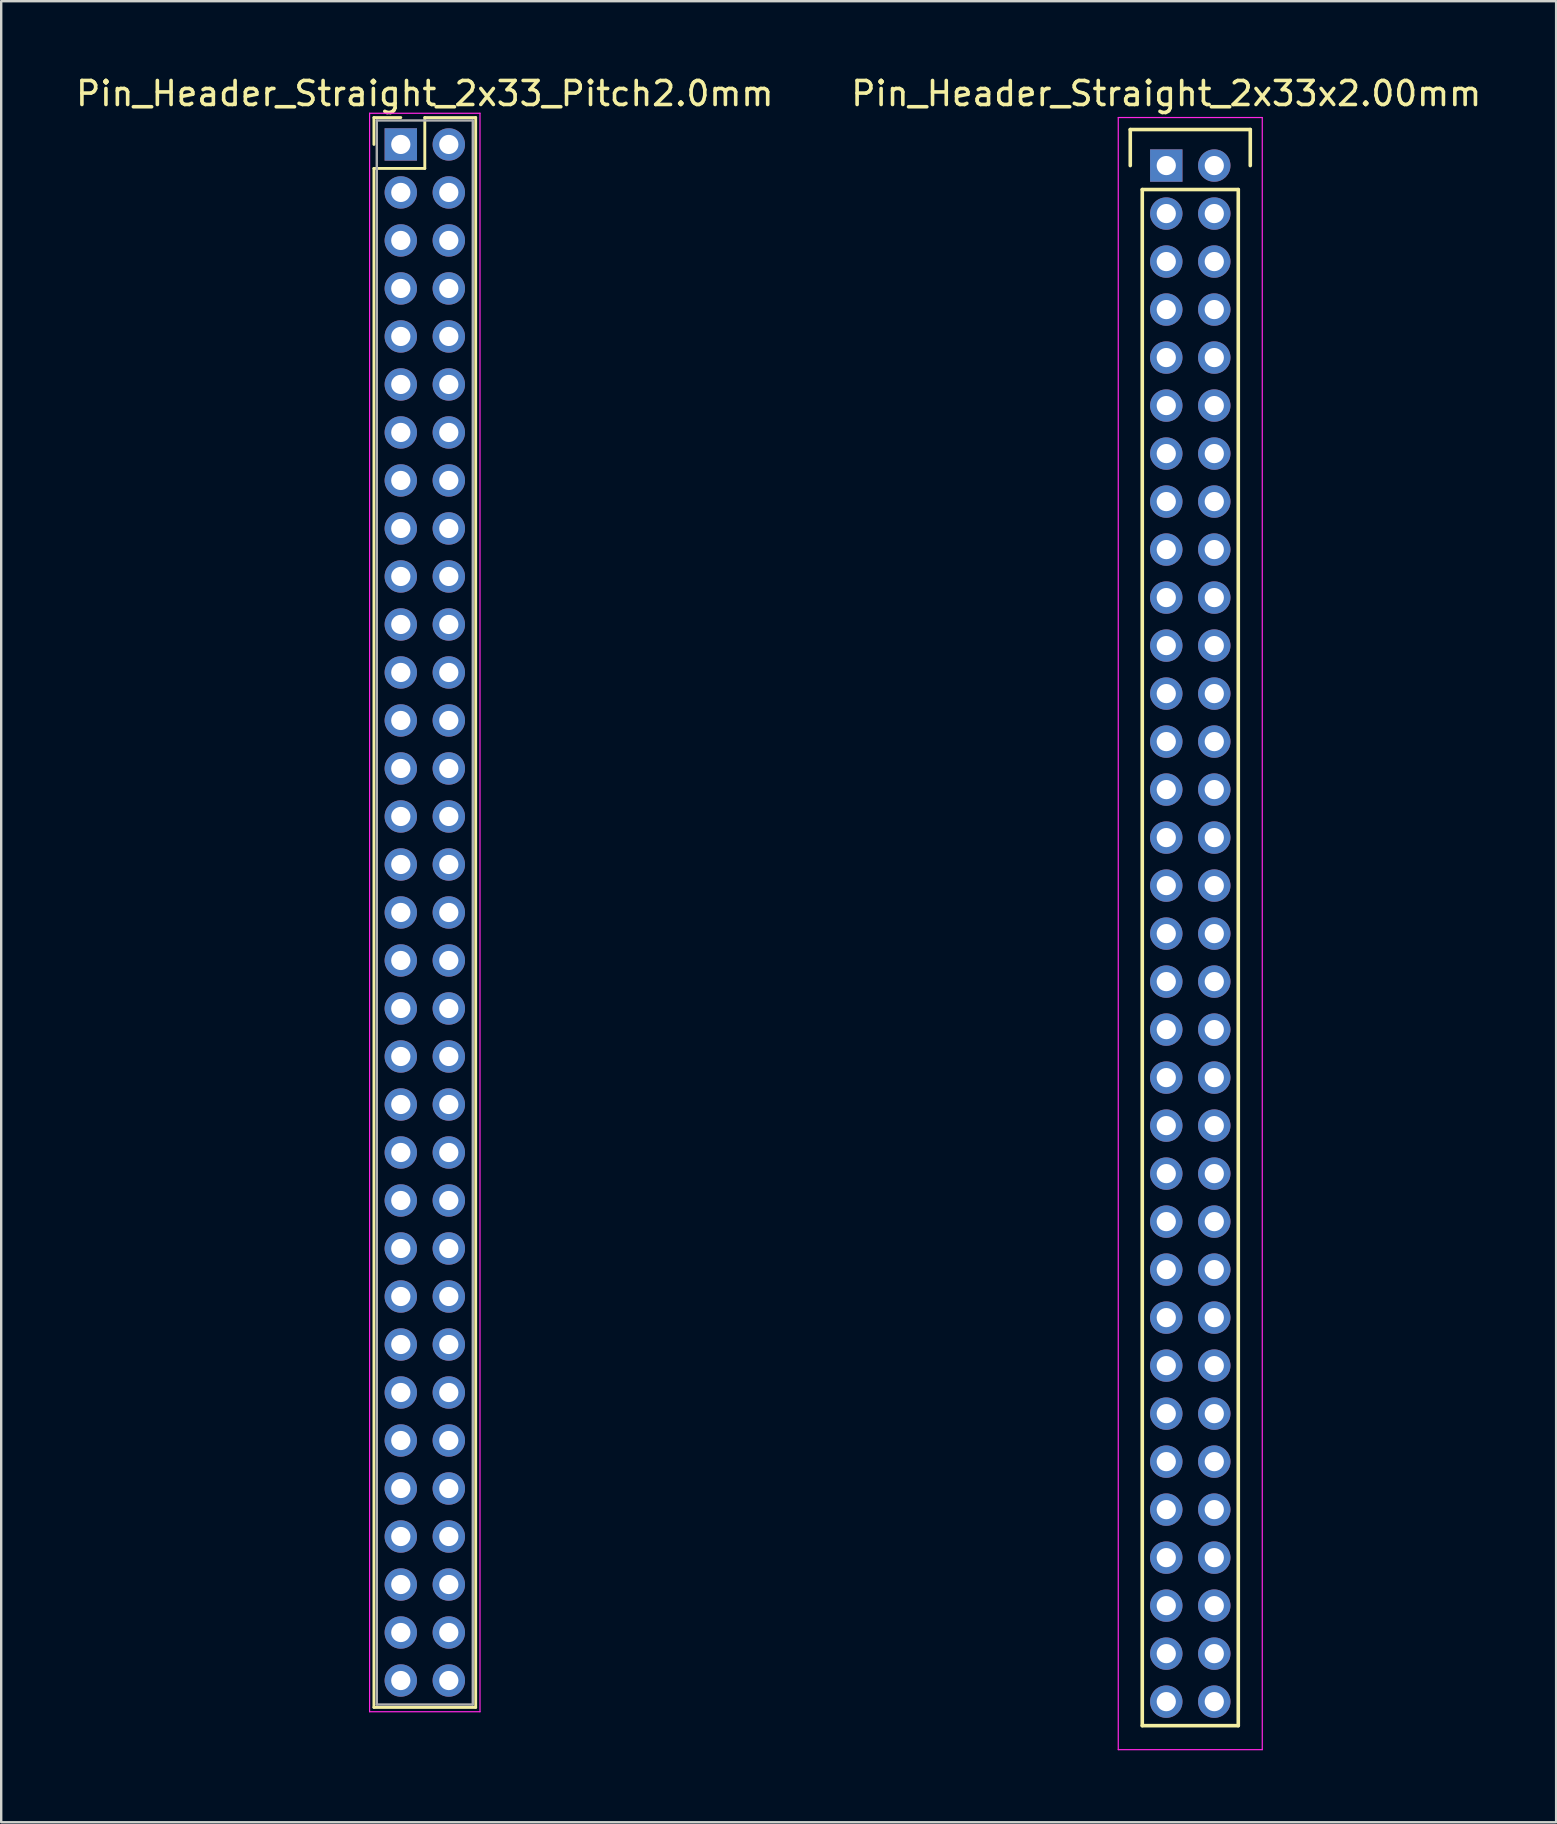
<source format=kicad_pcb>
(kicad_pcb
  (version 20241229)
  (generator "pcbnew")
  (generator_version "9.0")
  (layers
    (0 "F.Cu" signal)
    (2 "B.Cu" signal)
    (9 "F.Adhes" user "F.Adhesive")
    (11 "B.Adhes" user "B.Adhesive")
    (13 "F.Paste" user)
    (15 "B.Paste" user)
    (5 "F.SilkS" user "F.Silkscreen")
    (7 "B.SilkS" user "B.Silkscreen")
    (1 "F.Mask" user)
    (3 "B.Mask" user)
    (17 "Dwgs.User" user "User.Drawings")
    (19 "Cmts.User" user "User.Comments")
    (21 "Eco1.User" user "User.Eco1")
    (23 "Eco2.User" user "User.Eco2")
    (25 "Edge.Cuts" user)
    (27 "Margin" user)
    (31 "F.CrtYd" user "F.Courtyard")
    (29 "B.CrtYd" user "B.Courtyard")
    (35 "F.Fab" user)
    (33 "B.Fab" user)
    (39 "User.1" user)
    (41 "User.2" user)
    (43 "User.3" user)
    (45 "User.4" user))
  (footprint "Pin_Header_Straight_2x33x2.00mm"
    (layer "F.Cu")
    (at 45.542 3.848)
    (property "Reference" "Pin_Header_Straight_2x33x2.00mm" (at 0 -3 0) (layer "F.SilkS") (effects (font (size 1 1) (thickness 0.15))))
    (attr through_hole)
    (fp_line (start -1.5 -1.5) (end 3.5 -1.5) (stroke (width 0.15) (type solid)) (layer "F.SilkS"))
    (fp_line (start -1.5 0) (end -1.5 -1.5) (stroke (width 0.15) (type solid)) (layer "F.SilkS"))
    (fp_line (start -1 1) (end 3 1) (stroke (width 0.15) (type solid)) (layer "F.SilkS"))
    (fp_line (start -1 65) (end -1 1) (stroke (width 0.15) (type solid)) (layer "F.SilkS"))
    (fp_line (start 3 1) (end 3 65) (stroke (width 0.15) (type solid)) (layer "F.SilkS"))
    (fp_line (start 3 65) (end -1 65) (stroke (width 0.15) (type solid)) (layer "F.SilkS"))
    (fp_line (start 3.5 -1.5) (end 3.5 0) (stroke (width 0.15) (type solid)) (layer "F.SilkS"))
    (fp_line (start -2 -2) (end 4 -2) (stroke (width 0.05) (type solid)) (layer "F.CrtYd"))
    (fp_line (start -2 66) (end -2 -2) (stroke (width 0.05) (type solid)) (layer "F.CrtYd"))
    (fp_line (start 4 -2) (end 4 66) (stroke (width 0.05) (type solid)) (layer "F.CrtYd"))
    (fp_line (start 4 66) (end -2 66) (stroke (width 0.05) (type solid)) (layer "F.CrtYd"))
    (pad "1" thru_hole rect (at 0 0) (size 1.35 1.35) (drill 0.8) (layers "*.Cu" "*.Mask"))
    (pad "2" thru_hole circle (at 2 0) (size 1.35 1.35) (drill 0.8) (layers "*.Cu" "*.Mask"))
    (pad "3" thru_hole circle (at 0 2) (size 1.35 1.35) (drill 0.8) (layers "*.Cu" "*.Mask"))
    (pad "4" thru_hole circle (at 2 2) (size 1.35 1.35) (drill 0.8) (layers "*.Cu" "*.Mask"))
    (pad "5" thru_hole circle (at 0 4) (size 1.35 1.35) (drill 0.8) (layers "*.Cu" "*.Mask"))
    (pad "6" thru_hole circle (at 2 4) (size 1.35 1.35) (drill 0.8) (layers "*.Cu" "*.Mask"))
    (pad "7" thru_hole circle (at 0 6) (size 1.35 1.35) (drill 0.8) (layers "*.Cu" "*.Mask"))
    (pad "8" thru_hole circle (at 2 6) (size 1.35 1.35) (drill 0.8) (layers "*.Cu" "*.Mask"))
    (pad "9" thru_hole circle (at 0 8) (size 1.35 1.35) (drill 0.8) (layers "*.Cu" "*.Mask"))
    (pad "10" thru_hole circle (at 2 8) (size 1.35 1.35) (drill 0.8) (layers "*.Cu" "*.Mask"))
    (pad "11" thru_hole circle (at 0 10) (size 1.35 1.35) (drill 0.8) (layers "*.Cu" "*.Mask"))
    (pad "12" thru_hole circle (at 2 10) (size 1.35 1.35) (drill 0.8) (layers "*.Cu" "*.Mask"))
    (pad "13" thru_hole circle (at 0 12) (size 1.35 1.35) (drill 0.8) (layers "*.Cu" "*.Mask"))
    (pad "14" thru_hole circle (at 2 12) (size 1.35 1.35) (drill 0.8) (layers "*.Cu" "*.Mask"))
    (pad "15" thru_hole circle (at 0 14) (size 1.35 1.35) (drill 0.8) (layers "*.Cu" "*.Mask"))
    (pad "16" thru_hole circle (at 2 14) (size 1.35 1.35) (drill 0.8) (layers "*.Cu" "*.Mask"))
    (pad "17" thru_hole circle (at 0 16) (size 1.35 1.35) (drill 0.8) (layers "*.Cu" "*.Mask"))
    (pad "18" thru_hole circle (at 2 16) (size 1.35 1.35) (drill 0.8) (layers "*.Cu" "*.Mask"))
    (pad "19" thru_hole circle (at 0 18) (size 1.35 1.35) (drill 0.8) (layers "*.Cu" "*.Mask"))
    (pad "20" thru_hole circle (at 2 18) (size 1.35 1.35) (drill 0.8) (layers "*.Cu" "*.Mask"))
    (pad "21" thru_hole circle (at 0 20) (size 1.35 1.35) (drill 0.8) (layers "*.Cu" "*.Mask"))
    (pad "22" thru_hole circle (at 2 20) (size 1.35 1.35) (drill 0.8) (layers "*.Cu" "*.Mask"))
    (pad "23" thru_hole circle (at 0 22) (size 1.35 1.35) (drill 0.8) (layers "*.Cu" "*.Mask"))
    (pad "24" thru_hole circle (at 2 22) (size 1.35 1.35) (drill 0.8) (layers "*.Cu" "*.Mask"))
    (pad "25" thru_hole circle (at 0 24) (size 1.35 1.35) (drill 0.8) (layers "*.Cu" "*.Mask"))
    (pad "26" thru_hole circle (at 2 24) (size 1.35 1.35) (drill 0.8) (layers "*.Cu" "*.Mask"))
    (pad "27" thru_hole circle (at 0 26) (size 1.35 1.35) (drill 0.8) (layers "*.Cu" "*.Mask"))
    (pad "28" thru_hole circle (at 2 26) (size 1.35 1.35) (drill 0.8) (layers "*.Cu" "*.Mask"))
    (pad "29" thru_hole circle (at 0 28) (size 1.35 1.35) (drill 0.8) (layers "*.Cu" "*.Mask"))
    (pad "30" thru_hole circle (at 2 28) (size 1.35 1.35) (drill 0.8) (layers "*.Cu" "*.Mask"))
    (pad "31" thru_hole circle (at 0 30) (size 1.35 1.35) (drill 0.8) (layers "*.Cu" "*.Mask"))
    (pad "32" thru_hole circle (at 2 30) (size 1.35 1.35) (drill 0.8) (layers "*.Cu" "*.Mask"))
    (pad "33" thru_hole circle (at 0 32) (size 1.35 1.35) (drill 0.8) (layers "*.Cu" "*.Mask"))
    (pad "34" thru_hole circle (at 2 32) (size 1.35 1.35) (drill 0.8) (layers "*.Cu" "*.Mask"))
    (pad "35" thru_hole circle (at 0 34) (size 1.35 1.35) (drill 0.8) (layers "*.Cu" "*.Mask"))
    (pad "36" thru_hole circle (at 2 34) (size 1.35 1.35) (drill 0.8) (layers "*.Cu" "*.Mask"))
    (pad "37" thru_hole circle (at 0 36) (size 1.35 1.35) (drill 0.8) (layers "*.Cu" "*.Mask"))
    (pad "38" thru_hole circle (at 2 36) (size 1.35 1.35) (drill 0.8) (layers "*.Cu" "*.Mask"))
    (pad "39" thru_hole circle (at 0 38) (size 1.35 1.35) (drill 0.8) (layers "*.Cu" "*.Mask"))
    (pad "40" thru_hole circle (at 2 38) (size 1.35 1.35) (drill 0.8) (layers "*.Cu" "*.Mask"))
    (pad "41" thru_hole circle (at 0 40) (size 1.35 1.35) (drill 0.8) (layers "*.Cu" "*.Mask"))
    (pad "42" thru_hole circle (at 2 40) (size 1.35 1.35) (drill 0.8) (layers "*.Cu" "*.Mask"))
    (pad "43" thru_hole circle (at 0 42) (size 1.35 1.35) (drill 0.8) (layers "*.Cu" "*.Mask"))
    (pad "44" thru_hole circle (at 2 42) (size 1.35 1.35) (drill 0.8) (layers "*.Cu" "*.Mask"))
    (pad "45" thru_hole circle (at 0 44) (size 1.35 1.35) (drill 0.8) (layers "*.Cu" "*.Mask"))
    (pad "46" thru_hole circle (at 2 44) (size 1.35 1.35) (drill 0.8) (layers "*.Cu" "*.Mask"))
    (pad "47" thru_hole circle (at 0 46) (size 1.35 1.35) (drill 0.8) (layers "*.Cu" "*.Mask"))
    (pad "48" thru_hole circle (at 2 46) (size 1.35 1.35) (drill 0.8) (layers "*.Cu" "*.Mask"))
    (pad "49" thru_hole circle (at 0 48) (size 1.35 1.35) (drill 0.8) (layers "*.Cu" "*.Mask"))
    (pad "50" thru_hole circle (at 2 48) (size 1.35 1.35) (drill 0.8) (layers "*.Cu" "*.Mask"))
    (pad "51" thru_hole circle (at 0 50) (size 1.35 1.35) (drill 0.8) (layers "*.Cu" "*.Mask"))
    (pad "52" thru_hole circle (at 2 50) (size 1.35 1.35) (drill 0.8) (layers "*.Cu" "*.Mask"))
    (pad "53" thru_hole circle (at 0 52) (size 1.35 1.35) (drill 0.8) (layers "*.Cu" "*.Mask"))
    (pad "54" thru_hole circle (at 2 52) (size 1.35 1.35) (drill 0.8) (layers "*.Cu" "*.Mask"))
    (pad "55" thru_hole circle (at 0 54) (size 1.35 1.35) (drill 0.8) (layers "*.Cu" "*.Mask"))
    (pad "56" thru_hole circle (at 2 54) (size 1.35 1.35) (drill 0.8) (layers "*.Cu" "*.Mask"))
    (pad "57" thru_hole circle (at 0 56) (size 1.35 1.35) (drill 0.8) (layers "*.Cu" "*.Mask"))
    (pad "58" thru_hole circle (at 2 56) (size 1.35 1.35) (drill 0.8) (layers "*.Cu" "*.Mask"))
    (pad "59" thru_hole circle (at 0 58) (size 1.35 1.35) (drill 0.8) (layers "*.Cu" "*.Mask"))
    (pad "60" thru_hole circle (at 2 58) (size 1.35 1.35) (drill 0.8) (layers "*.Cu" "*.Mask"))
    (pad "61" thru_hole circle (at 0 60) (size 1.35 1.35) (drill 0.8) (layers "*.Cu" "*.Mask"))
    (pad "62" thru_hole circle (at 2 60) (size 1.35 1.35) (drill 0.8) (layers "*.Cu" "*.Mask"))
    (pad "63" thru_hole circle (at 0 62) (size 1.35 1.35) (drill 0.8) (layers "*.Cu" "*.Mask"))
    (pad "64" thru_hole circle (at 2 62) (size 1.35 1.35) (drill 0.8) (layers "*.Cu" "*.Mask"))
    (pad "65" thru_hole circle (at 0 64) (size 1.35 1.35) (drill 0.8) (layers "*.Cu" "*.Mask"))
    (pad "66" thru_hole circle (at 2 64) (size 1.35 1.35) (drill 0.8) (layers "*.Cu" "*.Mask")))
  (footprint "Pin_Header_Straight_2x33_Pitch2.0mm"
    (layer "F.Cu")
    (at 13.649 2.968)
    (property "Reference" "Pin_Header_Straight_2x33_Pitch2.0mm" (at 1 -2.12 0) (layer "F.SilkS") (effects (font (size 1 1) (thickness 0.15))))
    (attr through_hole)
    (fp_line (start -1.12 -1.12) (end 0 -1.12) (stroke (width 0.12) (type solid)) (layer "F.SilkS"))
    (fp_line (start -1.12 0) (end -1.12 -1.12) (stroke (width 0.12) (type solid)) (layer "F.SilkS"))
    (fp_line (start -1.12 1) (end -1.12 65.12) (stroke (width 0.12) (type solid)) (layer "F.SilkS"))
    (fp_line (start -1.12 65.12) (end 3.12 65.12) (stroke (width 0.12) (type solid)) (layer "F.SilkS"))
    (fp_line (start 1 -1.12) (end 1 1) (stroke (width 0.12) (type solid)) (layer "F.SilkS"))
    (fp_line (start 1 1) (end -1.12 1) (stroke (width 0.12) (type solid)) (layer "F.SilkS"))
    (fp_line (start 3.12 -1.12) (end 1 -1.12) (stroke (width 0.12) (type solid)) (layer "F.SilkS"))
    (fp_line (start 3.12 65.12) (end 3.12 -1.12) (stroke (width 0.12) (type solid)) (layer "F.SilkS"))
    (fp_line (start -1.3 -1.3) (end -1.3 65.3) (stroke (width 0.05) (type solid)) (layer "F.CrtYd"))
    (fp_line (start -1.3 65.3) (end 3.3 65.3) (stroke (width 0.05) (type solid)) (layer "F.CrtYd"))
    (fp_line (start 3.3 -1.3) (end -1.3 -1.3) (stroke (width 0.05) (type solid)) (layer "F.CrtYd"))
    (fp_line (start 3.3 65.3) (end 3.3 -1.3) (stroke (width 0.05) (type solid)) (layer "F.CrtYd"))
    (fp_line (start -1 -1) (end -1 65) (stroke (width 0.1) (type solid)) (layer "F.Fab"))
    (fp_line (start -1 65) (end 3 65) (stroke (width 0.1) (type solid)) (layer "F.Fab"))
    (fp_line (start 3 -1) (end -1 -1) (stroke (width 0.1) (type solid)) (layer "F.Fab"))
    (fp_line (start 3 65) (end 3 -1) (stroke (width 0.1) (type solid)) (layer "F.Fab"))
    (pad "1" thru_hole rect (at 0 0) (size 1.35 1.35) (drill 0.8) (layers "*.Cu" "*.Mask"))
    (pad "2" thru_hole oval (at 2 0) (size 1.35 1.35) (drill 0.8) (layers "*.Cu" "*.Mask"))
    (pad "3" thru_hole oval (at 0 2) (size 1.35 1.35) (drill 0.8) (layers "*.Cu" "*.Mask"))
    (pad "4" thru_hole oval (at 2 2) (size 1.35 1.35) (drill 0.8) (layers "*.Cu" "*.Mask"))
    (pad "5" thru_hole oval (at 0 4) (size 1.35 1.35) (drill 0.8) (layers "*.Cu" "*.Mask"))
    (pad "6" thru_hole oval (at 2 4) (size 1.35 1.35) (drill 0.8) (layers "*.Cu" "*.Mask"))
    (pad "7" thru_hole oval (at 0 6) (size 1.35 1.35) (drill 0.8) (layers "*.Cu" "*.Mask"))
    (pad "8" thru_hole oval (at 2 6) (size 1.35 1.35) (drill 0.8) (layers "*.Cu" "*.Mask"))
    (pad "9" thru_hole oval (at 0 8) (size 1.35 1.35) (drill 0.8) (layers "*.Cu" "*.Mask"))
    (pad "10" thru_hole oval (at 2 8) (size 1.35 1.35) (drill 0.8) (layers "*.Cu" "*.Mask"))
    (pad "11" thru_hole oval (at 0 10) (size 1.35 1.35) (drill 0.8) (layers "*.Cu" "*.Mask"))
    (pad "12" thru_hole oval (at 2 10) (size 1.35 1.35) (drill 0.8) (layers "*.Cu" "*.Mask"))
    (pad "13" thru_hole oval (at 0 12) (size 1.35 1.35) (drill 0.8) (layers "*.Cu" "*.Mask"))
    (pad "14" thru_hole oval (at 2 12) (size 1.35 1.35) (drill 0.8) (layers "*.Cu" "*.Mask"))
    (pad "15" thru_hole oval (at 0 14) (size 1.35 1.35) (drill 0.8) (layers "*.Cu" "*.Mask"))
    (pad "16" thru_hole oval (at 2 14) (size 1.35 1.35) (drill 0.8) (layers "*.Cu" "*.Mask"))
    (pad "17" thru_hole oval (at 0 16) (size 1.35 1.35) (drill 0.8) (layers "*.Cu" "*.Mask"))
    (pad "18" thru_hole oval (at 2 16) (size 1.35 1.35) (drill 0.8) (layers "*.Cu" "*.Mask"))
    (pad "19" thru_hole oval (at 0 18) (size 1.35 1.35) (drill 0.8) (layers "*.Cu" "*.Mask"))
    (pad "20" thru_hole oval (at 2 18) (size 1.35 1.35) (drill 0.8) (layers "*.Cu" "*.Mask"))
    (pad "21" thru_hole oval (at 0 20) (size 1.35 1.35) (drill 0.8) (layers "*.Cu" "*.Mask"))
    (pad "22" thru_hole oval (at 2 20) (size 1.35 1.35) (drill 0.8) (layers "*.Cu" "*.Mask"))
    (pad "23" thru_hole oval (at 0 22) (size 1.35 1.35) (drill 0.8) (layers "*.Cu" "*.Mask"))
    (pad "24" thru_hole oval (at 2 22) (size 1.35 1.35) (drill 0.8) (layers "*.Cu" "*.Mask"))
    (pad "25" thru_hole oval (at 0 24) (size 1.35 1.35) (drill 0.8) (layers "*.Cu" "*.Mask"))
    (pad "26" thru_hole oval (at 2 24) (size 1.35 1.35) (drill 0.8) (layers "*.Cu" "*.Mask"))
    (pad "27" thru_hole oval (at 0 26) (size 1.35 1.35) (drill 0.8) (layers "*.Cu" "*.Mask"))
    (pad "28" thru_hole oval (at 2 26) (size 1.35 1.35) (drill 0.8) (layers "*.Cu" "*.Mask"))
    (pad "29" thru_hole oval (at 0 28) (size 1.35 1.35) (drill 0.8) (layers "*.Cu" "*.Mask"))
    (pad "30" thru_hole oval (at 2 28) (size 1.35 1.35) (drill 0.8) (layers "*.Cu" "*.Mask"))
    (pad "31" thru_hole oval (at 0 30) (size 1.35 1.35) (drill 0.8) (layers "*.Cu" "*.Mask"))
    (pad "32" thru_hole oval (at 2 30) (size 1.35 1.35) (drill 0.8) (layers "*.Cu" "*.Mask"))
    (pad "33" thru_hole oval (at 0 32) (size 1.35 1.35) (drill 0.8) (layers "*.Cu" "*.Mask"))
    (pad "34" thru_hole oval (at 2 32) (size 1.35 1.35) (drill 0.8) (layers "*.Cu" "*.Mask"))
    (pad "35" thru_hole oval (at 0 34) (size 1.35 1.35) (drill 0.8) (layers "*.Cu" "*.Mask"))
    (pad "36" thru_hole oval (at 2 34) (size 1.35 1.35) (drill 0.8) (layers "*.Cu" "*.Mask"))
    (pad "37" thru_hole oval (at 0 36) (size 1.35 1.35) (drill 0.8) (layers "*.Cu" "*.Mask"))
    (pad "38" thru_hole oval (at 2 36) (size 1.35 1.35) (drill 0.8) (layers "*.Cu" "*.Mask"))
    (pad "39" thru_hole oval (at 0 38) (size 1.35 1.35) (drill 0.8) (layers "*.Cu" "*.Mask"))
    (pad "40" thru_hole oval (at 2 38) (size 1.35 1.35) (drill 0.8) (layers "*.Cu" "*.Mask"))
    (pad "41" thru_hole oval (at 0 40) (size 1.35 1.35) (drill 0.8) (layers "*.Cu" "*.Mask"))
    (pad "42" thru_hole oval (at 2 40) (size 1.35 1.35) (drill 0.8) (layers "*.Cu" "*.Mask"))
    (pad "43" thru_hole oval (at 0 42) (size 1.35 1.35) (drill 0.8) (layers "*.Cu" "*.Mask"))
    (pad "44" thru_hole oval (at 2 42) (size 1.35 1.35) (drill 0.8) (layers "*.Cu" "*.Mask"))
    (pad "45" thru_hole oval (at 0 44) (size 1.35 1.35) (drill 0.8) (layers "*.Cu" "*.Mask"))
    (pad "46" thru_hole oval (at 2 44) (size 1.35 1.35) (drill 0.8) (layers "*.Cu" "*.Mask"))
    (pad "47" thru_hole oval (at 0 46) (size 1.35 1.35) (drill 0.8) (layers "*.Cu" "*.Mask"))
    (pad "48" thru_hole oval (at 2 46) (size 1.35 1.35) (drill 0.8) (layers "*.Cu" "*.Mask"))
    (pad "49" thru_hole oval (at 0 48) (size 1.35 1.35) (drill 0.8) (layers "*.Cu" "*.Mask"))
    (pad "50" thru_hole oval (at 2 48) (size 1.35 1.35) (drill 0.8) (layers "*.Cu" "*.Mask"))
    (pad "51" thru_hole oval (at 0 50) (size 1.35 1.35) (drill 0.8) (layers "*.Cu" "*.Mask"))
    (pad "52" thru_hole oval (at 2 50) (size 1.35 1.35) (drill 0.8) (layers "*.Cu" "*.Mask"))
    (pad "53" thru_hole oval (at 0 52) (size 1.35 1.35) (drill 0.8) (layers "*.Cu" "*.Mask"))
    (pad "54" thru_hole oval (at 2 52) (size 1.35 1.35) (drill 0.8) (layers "*.Cu" "*.Mask"))
    (pad "55" thru_hole oval (at 0 54) (size 1.35 1.35) (drill 0.8) (layers "*.Cu" "*.Mask"))
    (pad "56" thru_hole oval (at 2 54) (size 1.35 1.35) (drill 0.8) (layers "*.Cu" "*.Mask"))
    (pad "57" thru_hole oval (at 0 56) (size 1.35 1.35) (drill 0.8) (layers "*.Cu" "*.Mask"))
    (pad "58" thru_hole oval (at 2 56) (size 1.35 1.35) (drill 0.8) (layers "*.Cu" "*.Mask"))
    (pad "59" thru_hole oval (at 0 58) (size 1.35 1.35) (drill 0.8) (layers "*.Cu" "*.Mask"))
    (pad "60" thru_hole oval (at 2 58) (size 1.35 1.35) (drill 0.8) (layers "*.Cu" "*.Mask"))
    (pad "61" thru_hole oval (at 0 60) (size 1.35 1.35) (drill 0.8) (layers "*.Cu" "*.Mask"))
    (pad "62" thru_hole oval (at 2 60) (size 1.35 1.35) (drill 0.8) (layers "*.Cu" "*.Mask"))
    (pad "63" thru_hole oval (at 0 62) (size 1.35 1.35) (drill 0.8) (layers "*.Cu" "*.Mask"))
    (pad "64" thru_hole oval (at 2 62) (size 1.35 1.35) (drill 0.8) (layers "*.Cu" "*.Mask"))
    (pad "65" thru_hole oval (at 0 64) (size 1.35 1.35) (drill 0.8) (layers "*.Cu" "*.Mask"))
    (pad "66" thru_hole oval (at 2 64) (size 1.35 1.35) (drill 0.8) (layers "*.Cu" "*.Mask")))
  (gr_rect
    (start -3 -3)
    (end 61.786 72.873)
    (stroke (width 0.1) (type default))
    (fill no)
    (layer "Edge.Cuts")))
</source>
